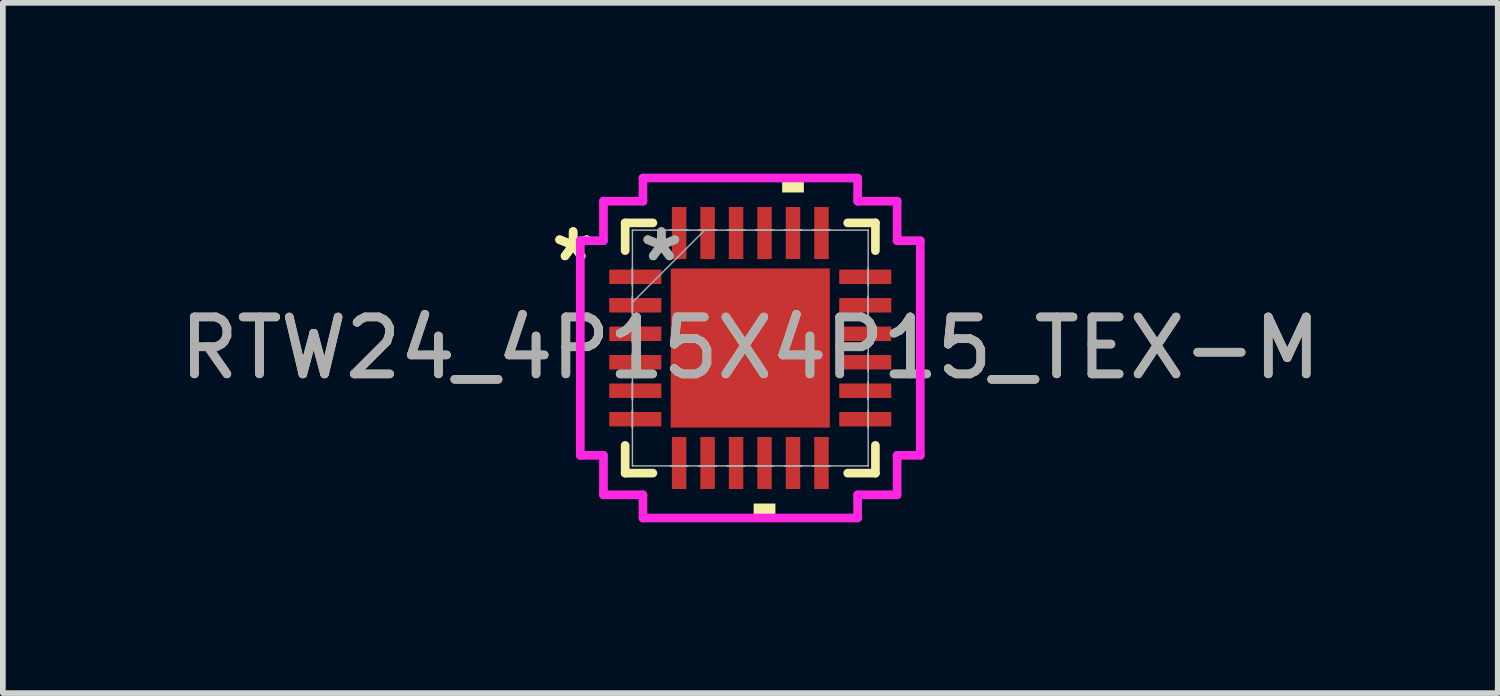
<source format=kicad_pcb>
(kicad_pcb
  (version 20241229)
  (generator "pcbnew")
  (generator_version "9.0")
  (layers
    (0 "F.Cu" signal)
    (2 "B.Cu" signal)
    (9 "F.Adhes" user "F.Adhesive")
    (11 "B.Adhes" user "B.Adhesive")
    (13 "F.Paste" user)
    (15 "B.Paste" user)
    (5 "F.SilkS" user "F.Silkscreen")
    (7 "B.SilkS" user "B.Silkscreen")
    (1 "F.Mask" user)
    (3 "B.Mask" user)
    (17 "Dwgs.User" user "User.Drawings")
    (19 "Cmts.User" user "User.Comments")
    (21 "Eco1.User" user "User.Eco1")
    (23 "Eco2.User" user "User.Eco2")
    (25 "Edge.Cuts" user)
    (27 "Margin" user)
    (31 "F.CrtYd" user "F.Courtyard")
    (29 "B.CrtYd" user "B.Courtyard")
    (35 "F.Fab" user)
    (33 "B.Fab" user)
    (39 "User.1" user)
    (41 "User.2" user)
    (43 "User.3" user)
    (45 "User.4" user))
  (footprint "RTW24_4P15X4P15_TEX-M"
    (layer "F.Cu")
    (at 10.125 3.061)
    (property "Reference" "RTW24_4P15X4P15_TEX-M" (at 0 0 0) (unlocked yes) (layer "F.SilkS") (effects (font (size 1 1) (thickness 0.15))))
    (attr smd)
    (fp_line (start -2.197 -2.197) (end -2.197 -1.71) (stroke (width 0.152) (type solid)) (layer "F.SilkS"))
    (fp_line (start -2.197 1.71) (end -2.197 2.197) (stroke (width 0.152) (type solid)) (layer "F.SilkS"))
    (fp_line (start -2.197 2.197) (end -1.71 2.197) (stroke (width 0.152) (type solid)) (layer "F.SilkS"))
    (fp_line (start -1.71 -2.197) (end -2.197 -2.197) (stroke (width 0.152) (type solid)) (layer "F.SilkS"))
    (fp_line (start 1.71 2.197) (end 2.197 2.197) (stroke (width 0.152) (type solid)) (layer "F.SilkS"))
    (fp_line (start 2.197 -2.197) (end 1.71 -2.197) (stroke (width 0.152) (type solid)) (layer "F.SilkS"))
    (fp_line (start 2.197 -1.71) (end 2.197 -2.197) (stroke (width 0.152) (type solid)) (layer "F.SilkS"))
    (fp_line (start 2.197 2.197) (end 2.197 1.71) (stroke (width 0.152) (type solid)) (layer "F.SilkS"))
    (fp_poly (pts (xy 0.059 2.731) (xy 0.059 2.985) (xy 0.441 2.985) (xy 0.441 2.731)) (stroke (width 0) (type solid)) (fill yes) (layer "F.SilkS"))
    (fp_poly (pts (xy 0.56 -2.731) (xy 0.56 -2.985) (xy 0.941 -2.985) (xy 0.941 -2.731)) (stroke (width 0) (type solid)) (fill yes) (layer "F.SilkS"))
    (fp_poly (pts (xy -1.297 -1.297) (xy -1.297 -0.1) (xy -0.1 -0.1) (xy -0.1 -1.297)) (stroke (width 0) (type solid)) (fill yes) (layer "F.Paste"))
    (fp_poly (pts (xy -1.297 0.1) (xy -1.297 1.297) (xy -0.1 1.297) (xy -0.1 0.1)) (stroke (width 0) (type solid)) (fill yes) (layer "F.Paste"))
    (fp_poly (pts (xy 0.1 -1.297) (xy 0.1 -0.1) (xy 1.297 -0.1) (xy 1.297 -1.297)) (stroke (width 0) (type solid)) (fill yes) (layer "F.Paste"))
    (fp_poly (pts (xy 0.1 0.1) (xy 0.1 1.297) (xy 1.297 1.297) (xy 1.297 0.1)) (stroke (width 0) (type solid)) (fill yes) (layer "F.Paste"))
    (fp_line (start -2.985 -1.885) (end -2.578 -1.885) (stroke (width 0.152) (type solid)) (layer "F.CrtYd"))
    (fp_line (start -2.985 1.885) (end -2.985 -1.885) (stroke (width 0.152) (type solid)) (layer "F.CrtYd"))
    (fp_line (start -2.578 -2.578) (end -1.885 -2.578) (stroke (width 0.152) (type solid)) (layer "F.CrtYd"))
    (fp_line (start -2.578 -1.885) (end -2.578 -2.578) (stroke (width 0.152) (type solid)) (layer "F.CrtYd"))
    (fp_line (start -2.578 1.885) (end -2.985 1.885) (stroke (width 0.152) (type solid)) (layer "F.CrtYd"))
    (fp_line (start -2.578 2.578) (end -2.578 1.885) (stroke (width 0.152) (type solid)) (layer "F.CrtYd"))
    (fp_line (start -1.885 -2.985) (end 1.885 -2.985) (stroke (width 0.152) (type solid)) (layer "F.CrtYd"))
    (fp_line (start -1.885 -2.578) (end -1.885 -2.985) (stroke (width 0.152) (type solid)) (layer "F.CrtYd"))
    (fp_line (start -1.885 2.578) (end -2.578 2.578) (stroke (width 0.152) (type solid)) (layer "F.CrtYd"))
    (fp_line (start -1.885 2.985) (end -1.885 2.578) (stroke (width 0.152) (type solid)) (layer "F.CrtYd"))
    (fp_line (start 1.885 -2.985) (end 1.885 -2.578) (stroke (width 0.152) (type solid)) (layer "F.CrtYd"))
    (fp_line (start 1.885 -2.578) (end 2.578 -2.578) (stroke (width 0.152) (type solid)) (layer "F.CrtYd"))
    (fp_line (start 1.885 2.578) (end 1.885 2.985) (stroke (width 0.152) (type solid)) (layer "F.CrtYd"))
    (fp_line (start 1.885 2.985) (end -1.885 2.985) (stroke (width 0.152) (type solid)) (layer "F.CrtYd"))
    (fp_line (start 2.578 -2.578) (end 2.578 -1.885) (stroke (width 0.152) (type solid)) (layer "F.CrtYd"))
    (fp_line (start 2.578 -1.885) (end 2.985 -1.885) (stroke (width 0.152) (type solid)) (layer "F.CrtYd"))
    (fp_line (start 2.578 1.885) (end 2.578 2.578) (stroke (width 0.152) (type solid)) (layer "F.CrtYd"))
    (fp_line (start 2.578 2.578) (end 1.885 2.578) (stroke (width 0.152) (type solid)) (layer "F.CrtYd"))
    (fp_line (start 2.985 -1.885) (end 2.985 1.885) (stroke (width 0.152) (type solid)) (layer "F.CrtYd"))
    (fp_line (start 2.985 1.885) (end 2.578 1.885) (stroke (width 0.152) (type solid)) (layer "F.CrtYd"))
    (fp_line (start -2.07 -2.07) (end -2.07 -2.07) (stroke (width 0.025) (type solid)) (layer "F.Fab"))
    (fp_line (start -2.07 -2.07) (end -2.07 2.07) (stroke (width 0.025) (type solid)) (layer "F.Fab"))
    (fp_line (start -2.07 -1.402) (end -2.07 -1.402) (stroke (width 0.025) (type solid)) (layer "F.Fab"))
    (fp_line (start -2.07 -1.402) (end -2.07 -1.098) (stroke (width 0.025) (type solid)) (layer "F.Fab"))
    (fp_line (start -2.07 -1.098) (end -2.07 -1.402) (stroke (width 0.025) (type solid)) (layer "F.Fab"))
    (fp_line (start -2.07 -1.098) (end -2.07 -1.098) (stroke (width 0.025) (type solid)) (layer "F.Fab"))
    (fp_line (start -2.07 -0.902) (end -2.07 -0.902) (stroke (width 0.025) (type solid)) (layer "F.Fab"))
    (fp_line (start -2.07 -0.902) (end -2.07 -0.598) (stroke (width 0.025) (type solid)) (layer "F.Fab"))
    (fp_line (start -2.07 -0.8) (end -0.8 -2.07) (stroke (width 0.025) (type solid)) (layer "F.Fab"))
    (fp_line (start -2.07 -0.598) (end -2.07 -0.902) (stroke (width 0.025) (type solid)) (layer "F.Fab"))
    (fp_line (start -2.07 -0.598) (end -2.07 -0.598) (stroke (width 0.025) (type solid)) (layer "F.Fab"))
    (fp_line (start -2.07 -0.402) (end -2.07 -0.402) (stroke (width 0.025) (type solid)) (layer "F.Fab"))
    (fp_line (start -2.07 -0.402) (end -2.07 -0.098) (stroke (width 0.025) (type solid)) (layer "F.Fab"))
    (fp_line (start -2.07 -0.098) (end -2.07 -0.402) (stroke (width 0.025) (type solid)) (layer "F.Fab"))
    (fp_line (start -2.07 -0.098) (end -2.07 -0.098) (stroke (width 0.025) (type solid)) (layer "F.Fab"))
    (fp_line (start -2.07 0.098) (end -2.07 0.098) (stroke (width 0.025) (type solid)) (layer "F.Fab"))
    (fp_line (start -2.07 0.098) (end -2.07 0.402) (stroke (width 0.025) (type solid)) (layer "F.Fab"))
    (fp_line (start -2.07 0.402) (end -2.07 0.098) (stroke (width 0.025) (type solid)) (layer "F.Fab"))
    (fp_line (start -2.07 0.402) (end -2.07 0.402) (stroke (width 0.025) (type solid)) (layer "F.Fab"))
    (fp_line (start -2.07 0.598) (end -2.07 0.598) (stroke (width 0.025) (type solid)) (layer "F.Fab"))
    (fp_line (start -2.07 0.598) (end -2.07 0.902) (stroke (width 0.025) (type solid)) (layer "F.Fab"))
    (fp_line (start -2.07 0.902) (end -2.07 0.598) (stroke (width 0.025) (type solid)) (layer "F.Fab"))
    (fp_line (start -2.07 0.902) (end -2.07 0.902) (stroke (width 0.025) (type solid)) (layer "F.Fab"))
    (fp_line (start -2.07 1.098) (end -2.07 1.098) (stroke (width 0.025) (type solid)) (layer "F.Fab"))
    (fp_line (start -2.07 1.098) (end -2.07 1.402) (stroke (width 0.025) (type solid)) (layer "F.Fab"))
    (fp_line (start -2.07 1.402) (end -2.07 1.098) (stroke (width 0.025) (type solid)) (layer "F.Fab"))
    (fp_line (start -2.07 1.402) (end -2.07 1.402) (stroke (width 0.025) (type solid)) (layer "F.Fab"))
    (fp_line (start -2.07 2.07) (end -2.07 2.07) (stroke (width 0.025) (type solid)) (layer "F.Fab"))
    (fp_line (start -2.07 2.07) (end 2.07 2.07) (stroke (width 0.025) (type solid)) (layer "F.Fab"))
    (fp_line (start -1.402 -2.07) (end -1.402 -2.07) (stroke (width 0.025) (type solid)) (layer "F.Fab"))
    (fp_line (start -1.402 -2.07) (end -1.098 -2.07) (stroke (width 0.025) (type solid)) (layer "F.Fab"))
    (fp_line (start -1.402 2.07) (end -1.402 2.07) (stroke (width 0.025) (type solid)) (layer "F.Fab"))
    (fp_line (start -1.402 2.07) (end -1.098 2.07) (stroke (width 0.025) (type solid)) (layer "F.Fab"))
    (fp_line (start -1.098 -2.07) (end -1.402 -2.07) (stroke (width 0.025) (type solid)) (layer "F.Fab"))
    (fp_line (start -1.098 -2.07) (end -1.098 -2.07) (stroke (width 0.025) (type solid)) (layer "F.Fab"))
    (fp_line (start -1.098 2.07) (end -1.402 2.07) (stroke (width 0.025) (type solid)) (layer "F.Fab"))
    (fp_line (start -1.098 2.07) (end -1.098 2.07) (stroke (width 0.025) (type solid)) (layer "F.Fab"))
    (fp_line (start -0.902 -2.07) (end -0.902 -2.07) (stroke (width 0.025) (type solid)) (layer "F.Fab"))
    (fp_line (start -0.902 -2.07) (end -0.598 -2.07) (stroke (width 0.025) (type solid)) (layer "F.Fab"))
    (fp_line (start -0.902 2.07) (end -0.902 2.07) (stroke (width 0.025) (type solid)) (layer "F.Fab"))
    (fp_line (start -0.902 2.07) (end -0.598 2.07) (stroke (width 0.025) (type solid)) (layer "F.Fab"))
    (fp_line (start -0.598 -2.07) (end -0.902 -2.07) (stroke (width 0.025) (type solid)) (layer "F.Fab"))
    (fp_line (start -0.598 -2.07) (end -0.598 -2.07) (stroke (width 0.025) (type solid)) (layer "F.Fab"))
    (fp_line (start -0.598 2.07) (end -0.902 2.07) (stroke (width 0.025) (type solid)) (layer "F.Fab"))
    (fp_line (start -0.598 2.07) (end -0.598 2.07) (stroke (width 0.025) (type solid)) (layer "F.Fab"))
    (fp_line (start -0.402 -2.07) (end -0.402 -2.07) (stroke (width 0.025) (type solid)) (layer "F.Fab"))
    (fp_line (start -0.402 -2.07) (end -0.098 -2.07) (stroke (width 0.025) (type solid)) (layer "F.Fab"))
    (fp_line (start -0.402 2.07) (end -0.402 2.07) (stroke (width 0.025) (type solid)) (layer "F.Fab"))
    (fp_line (start -0.402 2.07) (end -0.098 2.07) (stroke (width 0.025) (type solid)) (layer "F.Fab"))
    (fp_line (start -0.098 -2.07) (end -0.402 -2.07) (stroke (width 0.025) (type solid)) (layer "F.Fab"))
    (fp_line (start -0.098 -2.07) (end -0.098 -2.07) (stroke (width 0.025) (type solid)) (layer "F.Fab"))
    (fp_line (start -0.098 2.07) (end -0.402 2.07) (stroke (width 0.025) (type solid)) (layer "F.Fab"))
    (fp_line (start -0.098 2.07) (end -0.098 2.07) (stroke (width 0.025) (type solid)) (layer "F.Fab"))
    (fp_line (start 0.098 -2.07) (end 0.098 -2.07) (stroke (width 0.025) (type solid)) (layer "F.Fab"))
    (fp_line (start 0.098 -2.07) (end 0.402 -2.07) (stroke (width 0.025) (type solid)) (layer "F.Fab"))
    (fp_line (start 0.098 2.07) (end 0.098 2.07) (stroke (width 0.025) (type solid)) (layer "F.Fab"))
    (fp_line (start 0.098 2.07) (end 0.402 2.07) (stroke (width 0.025) (type solid)) (layer "F.Fab"))
    (fp_line (start 0.402 -2.07) (end 0.098 -2.07) (stroke (width 0.025) (type solid)) (layer "F.Fab"))
    (fp_line (start 0.402 -2.07) (end 0.402 -2.07) (stroke (width 0.025) (type solid)) (layer "F.Fab"))
    (fp_line (start 0.402 2.07) (end 0.098 2.07) (stroke (width 0.025) (type solid)) (layer "F.Fab"))
    (fp_line (start 0.402 2.07) (end 0.402 2.07) (stroke (width 0.025) (type solid)) (layer "F.Fab"))
    (fp_line (start 0.598 -2.07) (end 0.598 -2.07) (stroke (width 0.025) (type solid)) (layer "F.Fab"))
    (fp_line (start 0.598 -2.07) (end 0.902 -2.07) (stroke (width 0.025) (type solid)) (layer "F.Fab"))
    (fp_line (start 0.598 2.07) (end 0.598 2.07) (stroke (width 0.025) (type solid)) (layer "F.Fab"))
    (fp_line (start 0.598 2.07) (end 0.902 2.07) (stroke (width 0.025) (type solid)) (layer "F.Fab"))
    (fp_line (start 0.902 -2.07) (end 0.598 -2.07) (stroke (width 0.025) (type solid)) (layer "F.Fab"))
    (fp_line (start 0.902 -2.07) (end 0.902 -2.07) (stroke (width 0.025) (type solid)) (layer "F.Fab"))
    (fp_line (start 0.902 2.07) (end 0.598 2.07) (stroke (width 0.025) (type solid)) (layer "F.Fab"))
    (fp_line (start 0.902 2.07) (end 0.902 2.07) (stroke (width 0.025) (type solid)) (layer "F.Fab"))
    (fp_line (start 1.098 -2.07) (end 1.098 -2.07) (stroke (width 0.025) (type solid)) (layer "F.Fab"))
    (fp_line (start 1.098 -2.07) (end 1.402 -2.07) (stroke (width 0.025) (type solid)) (layer "F.Fab"))
    (fp_line (start 1.098 2.07) (end 1.098 2.07) (stroke (width 0.025) (type solid)) (layer "F.Fab"))
    (fp_line (start 1.098 2.07) (end 1.402 2.07) (stroke (width 0.025) (type solid)) (layer "F.Fab"))
    (fp_line (start 1.402 -2.07) (end 1.098 -2.07) (stroke (width 0.025) (type solid)) (layer "F.Fab"))
    (fp_line (start 1.402 -2.07) (end 1.402 -2.07) (stroke (width 0.025) (type solid)) (layer "F.Fab"))
    (fp_line (start 1.402 2.07) (end 1.098 2.07) (stroke (width 0.025) (type solid)) (layer "F.Fab"))
    (fp_line (start 1.402 2.07) (end 1.402 2.07) (stroke (width 0.025) (type solid)) (layer "F.Fab"))
    (fp_line (start 2.07 -2.07) (end -2.07 -2.07) (stroke (width 0.025) (type solid)) (layer "F.Fab"))
    (fp_line (start 2.07 -2.07) (end 2.07 -2.07) (stroke (width 0.025) (type solid)) (layer "F.Fab"))
    (fp_line (start 2.07 -1.402) (end 2.07 -1.402) (stroke (width 0.025) (type solid)) (layer "F.Fab"))
    (fp_line (start 2.07 -1.402) (end 2.07 -1.098) (stroke (width 0.025) (type solid)) (layer "F.Fab"))
    (fp_line (start 2.07 -1.098) (end 2.07 -1.402) (stroke (width 0.025) (type solid)) (layer "F.Fab"))
    (fp_line (start 2.07 -1.098) (end 2.07 -1.098) (stroke (width 0.025) (type solid)) (layer "F.Fab"))
    (fp_line (start 2.07 -0.902) (end 2.07 -0.902) (stroke (width 0.025) (type solid)) (layer "F.Fab"))
    (fp_line (start 2.07 -0.902) (end 2.07 -0.598) (stroke (width 0.025) (type solid)) (layer "F.Fab"))
    (fp_line (start 2.07 -0.598) (end 2.07 -0.902) (stroke (width 0.025) (type solid)) (layer "F.Fab"))
    (fp_line (start 2.07 -0.598) (end 2.07 -0.598) (stroke (width 0.025) (type solid)) (layer "F.Fab"))
    (fp_line (start 2.07 -0.402) (end 2.07 -0.402) (stroke (width 0.025) (type solid)) (layer "F.Fab"))
    (fp_line (start 2.07 -0.402) (end 2.07 -0.098) (stroke (width 0.025) (type solid)) (layer "F.Fab"))
    (fp_line (start 2.07 -0.098) (end 2.07 -0.402) (stroke (width 0.025) (type solid)) (layer "F.Fab"))
    (fp_line (start 2.07 -0.098) (end 2.07 -0.098) (stroke (width 0.025) (type solid)) (layer "F.Fab"))
    (fp_line (start 2.07 0.098) (end 2.07 0.098) (stroke (width 0.025) (type solid)) (layer "F.Fab"))
    (fp_line (start 2.07 0.098) (end 2.07 0.402) (stroke (width 0.025) (type solid)) (layer "F.Fab"))
    (fp_line (start 2.07 0.402) (end 2.07 0.098) (stroke (width 0.025) (type solid)) (layer "F.Fab"))
    (fp_line (start 2.07 0.402) (end 2.07 0.402) (stroke (width 0.025) (type solid)) (layer "F.Fab"))
    (fp_line (start 2.07 0.598) (end 2.07 0.598) (stroke (width 0.025) (type solid)) (layer "F.Fab"))
    (fp_line (start 2.07 0.598) (end 2.07 0.902) (stroke (width 0.025) (type solid)) (layer "F.Fab"))
    (fp_line (start 2.07 0.902) (end 2.07 0.598) (stroke (width 0.025) (type solid)) (layer "F.Fab"))
    (fp_line (start 2.07 0.902) (end 2.07 0.902) (stroke (width 0.025) (type solid)) (layer "F.Fab"))
    (fp_line (start 2.07 1.098) (end 2.07 1.098) (stroke (width 0.025) (type solid)) (layer "F.Fab"))
    (fp_line (start 2.07 1.098) (end 2.07 1.402) (stroke (width 0.025) (type solid)) (layer "F.Fab"))
    (fp_line (start 2.07 1.402) (end 2.07 1.098) (stroke (width 0.025) (type solid)) (layer "F.Fab"))
    (fp_line (start 2.07 1.402) (end 2.07 1.402) (stroke (width 0.025) (type solid)) (layer "F.Fab"))
    (fp_line (start 2.07 2.07) (end 2.07 -2.07) (stroke (width 0.025) (type solid)) (layer "F.Fab"))
    (fp_line (start 2.07 2.07) (end 2.07 2.07) (stroke (width 0.025) (type solid)) (layer "F.Fab"))
    (fp_text user "*" (at -3.111 -1.5 0) (unlocked yes) (layer "F.SilkS") (effects (font (size 1 1) (thickness 0.15))))
    (fp_text user "*" (at -3.111 -1.5 0) (layer "F.SilkS") (effects (font (size 1 1) (thickness 0.15))))
    (fp_text user "*" (at -1.562 -1.5 0) (layer "F.Fab") (effects (font (size 1 1) (thickness 0.15))))
    (fp_text user "*" (at -1.562 -1.5 0) (unlocked yes) (layer "F.Fab") (effects (font (size 1 1) (thickness 0.15))))
    (fp_text user "${REFERENCE}" (at 0 0 0) (unlocked yes) (layer "F.Fab") (effects (font (size 1 1) (thickness 0.15))))
    (pad "1" smd rect (at -2.019 -1.25 90) (size 0.254 0.914) (layers "F.Cu" "F.Mask" "F.Paste"))
    (pad "2" smd rect (at -2.019 -0.75 90) (size 0.254 0.914) (layers "F.Cu" "F.Mask" "F.Paste"))
    (pad "3" smd rect (at -2.019 -0.25 90) (size 0.254 0.914) (layers "F.Cu" "F.Mask" "F.Paste"))
    (pad "4" smd rect (at -2.019 0.25 90) (size 0.254 0.914) (layers "F.Cu" "F.Mask" "F.Paste"))
    (pad "5" smd rect (at -2.019 0.75 90) (size 0.254 0.914) (layers "F.Cu" "F.Mask" "F.Paste"))
    (pad "6" smd rect (at -2.019 1.25 90) (size 0.254 0.914) (layers "F.Cu" "F.Mask" "F.Paste"))
    (pad "7" smd rect (at -1.25 2.019) (size 0.254 0.914) (layers "F.Cu" "F.Mask" "F.Paste"))
    (pad "8" smd rect (at -0.75 2.019) (size 0.254 0.914) (layers "F.Cu" "F.Mask" "F.Paste"))
    (pad "9" smd rect (at -0.25 2.019) (size 0.254 0.914) (layers "F.Cu" "F.Mask" "F.Paste"))
    (pad "10" smd rect (at 0.25 2.019) (size 0.254 0.914) (layers "F.Cu" "F.Mask" "F.Paste"))
    (pad "11" smd rect (at 0.75 2.019) (size 0.254 0.914) (layers "F.Cu" "F.Mask" "F.Paste"))
    (pad "12" smd rect (at 1.25 2.019) (size 0.254 0.914) (layers "F.Cu" "F.Mask" "F.Paste"))
    (pad "13" smd rect (at 2.019 1.25 90) (size 0.254 0.914) (layers "F.Cu" "F.Mask" "F.Paste"))
    (pad "14" smd rect (at 2.019 0.75 90) (size 0.254 0.914) (layers "F.Cu" "F.Mask" "F.Paste"))
    (pad "15" smd rect (at 2.019 0.25 90) (size 0.254 0.914) (layers "F.Cu" "F.Mask" "F.Paste"))
    (pad "16" smd rect (at 2.019 -0.25 90) (size 0.254 0.914) (layers "F.Cu" "F.Mask" "F.Paste"))
    (pad "17" smd rect (at 2.019 -0.75 90) (size 0.254 0.914) (layers "F.Cu" "F.Mask" "F.Paste"))
    (pad "18" smd rect (at 2.019 -1.25 90) (size 0.254 0.914) (layers "F.Cu" "F.Mask" "F.Paste"))
    (pad "19" smd rect (at 1.25 -2.019) (size 0.254 0.914) (layers "F.Cu" "F.Mask" "F.Paste"))
    (pad "20" smd rect (at 0.75 -2.019) (size 0.254 0.914) (layers "F.Cu" "F.Mask" "F.Paste"))
    (pad "21" smd rect (at 0.25 -2.019) (size 0.254 0.914) (layers "F.Cu" "F.Mask" "F.Paste"))
    (pad "22" smd rect (at -0.25 -2.019) (size 0.254 0.914) (layers "F.Cu" "F.Mask" "F.Paste"))
    (pad "23" smd rect (at -0.75 -2.019) (size 0.254 0.914) (layers "F.Cu" "F.Mask" "F.Paste"))
    (pad "24" smd rect (at -1.25 -2.019) (size 0.254 0.914) (layers "F.Cu" "F.Mask" "F.Paste"))
    (pad "25" smd rect (at 0 0) (size 2.794 2.794) (layers "F.Cu" "F.Mask")))
  (gr_rect
    (start -3 -3)
    (end 23.25 9.121)
    (stroke (width 0.1) (type default))
    (fill no)
    (layer "Edge.Cuts")))
</source>
